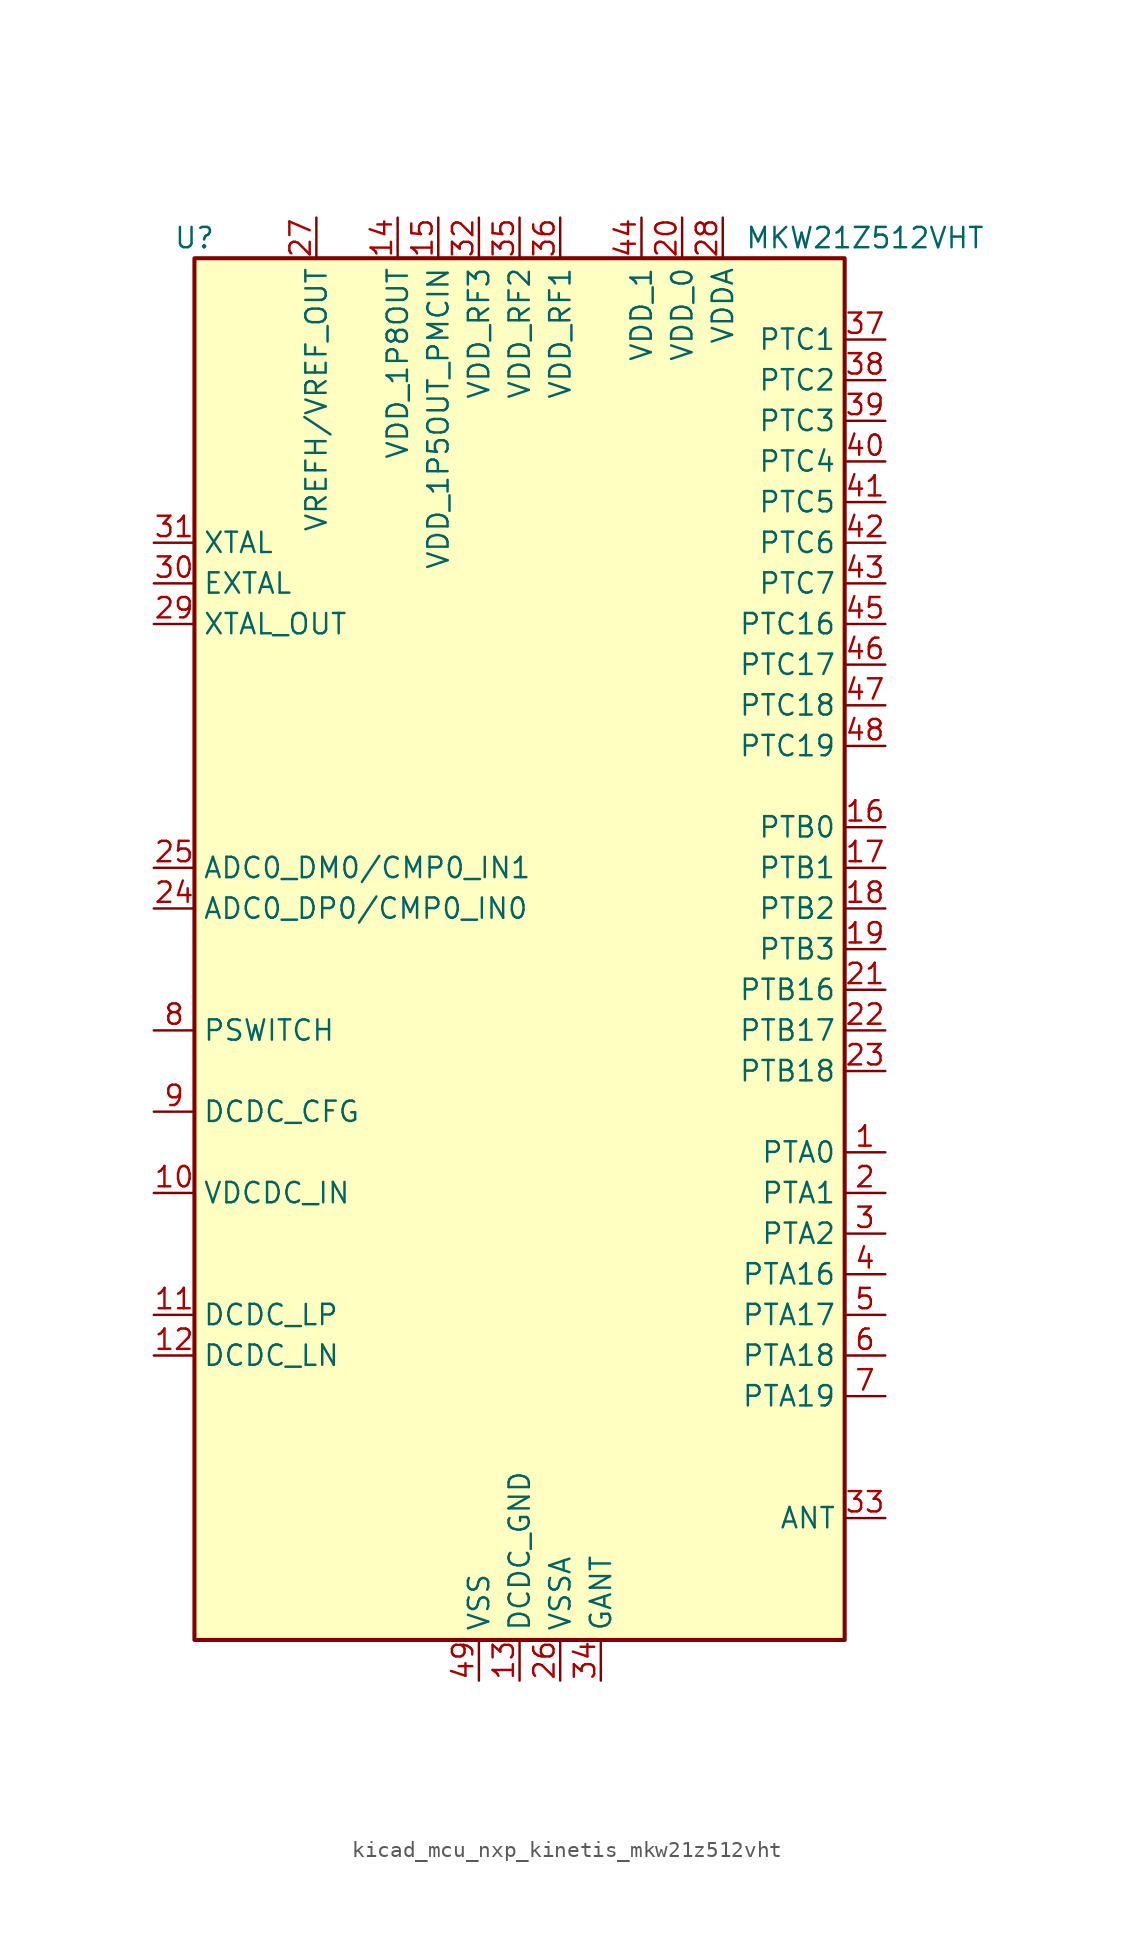
<source format=kicad_sym>
(kicad_symbol_lib
  (version 20220914)
  (generator kicad_symbol_editor)
  (symbol "kicad_mcu_nxp_kinetis_mkw21z512vht"
    (property "Reference" "U"
      (at -20.32 44.45 0)
      (effects (font (size 1.27 1.27))))
    (property "Value" "MKW21Z512VHT"
      (at 21.59 44.45 0)
      (effects (font (size 1.27 1.27))))
    (symbol "kicad_mcu_nxp_kinetis_mkw21z512vht_0_0"
      (pin bidirectional line (at 22.86 -12.7 180) (length 2.54) (name "PTA0" (effects (font (size 1.27 1.27)))) (number "1" (effects (font (size 1.27 1.27)))))
      (pin power_in line (at -22.86 -15.24 0) (length 2.54) (name "VDCDC_IN" (effects (font (size 1.27 1.27)))) (number "10" (effects (font (size 1.27 1.27)))))
      (pin passive line (at -22.86 -22.86 0) (length 2.54) (name "DCDC_LP" (effects (font (size 1.27 1.27)))) (number "11" (effects (font (size 1.27 1.27)))))
      (pin passive line (at -22.86 -25.4 0) (length 2.54) (name "DCDC_LN" (effects (font (size 1.27 1.27)))) (number "12" (effects (font (size 1.27 1.27)))))
      (pin power_in line (at 0 -45.72 90) (length 2.54) (name "DCDC_GND" (effects (font (size 1.27 1.27)))) (number "13" (effects (font (size 1.27 1.27)))))
      (pin power_out line (at -7.62 45.72 270) (length 2.54) (name "VDD_1P8OUT" (effects (font (size 1.27 1.27)))) (number "14" (effects (font (size 1.27 1.27)))))
      (pin power_out line (at -5.08 45.72 270) (length 2.54) (name "VDD_1P5OUT_PMCIN" (effects (font (size 1.27 1.27)))) (number "15" (effects (font (size 1.27 1.27)))))
      (pin bidirectional line (at 22.86 7.62 180) (length 2.54) (name "PTB0" (effects (font (size 1.27 1.27)))) (number "16" (effects (font (size 1.27 1.27)))))
      (pin bidirectional line (at 22.86 5.08 180) (length 2.54) (name "PTB1" (effects (font (size 1.27 1.27)))) (number "17" (effects (font (size 1.27 1.27)))))
      (pin bidirectional line (at 22.86 2.54 180) (length 2.54) (name "PTB2" (effects (font (size 1.27 1.27)))) (number "18" (effects (font (size 1.27 1.27)))))
      (pin bidirectional line (at 22.86 0 180) (length 2.54) (name "PTB3" (effects (font (size 1.27 1.27)))) (number "19" (effects (font (size 1.27 1.27)))))
      (pin bidirectional line (at 22.86 -15.24 180) (length 2.54) (name "PTA1" (effects (font (size 1.27 1.27)))) (number "2" (effects (font (size 1.27 1.27)))))
      (pin power_in line (at 10.16 45.72 270) (length 2.54) (name "VDD_0" (effects (font (size 1.27 1.27)))) (number "20" (effects (font (size 1.27 1.27)))))
      (pin bidirectional line (at 22.86 -2.54 180) (length 2.54) (name "PTB16" (effects (font (size 1.27 1.27)))) (number "21" (effects (font (size 1.27 1.27)))))
      (pin bidirectional line (at 22.86 -5.08 180) (length 2.54) (name "PTB17" (effects (font (size 1.27 1.27)))) (number "22" (effects (font (size 1.27 1.27)))))
      (pin bidirectional line (at 22.86 -7.62 180) (length 2.54) (name "PTB18" (effects (font (size 1.27 1.27)))) (number "23" (effects (font (size 1.27 1.27)))))
      (pin input line (at -22.86 2.54 0) (length 2.54) (name "ADC0_DP0/CMP0_IN0" (effects (font (size 1.27 1.27)))) (number "24" (effects (font (size 1.27 1.27)))))
      (pin input line (at -22.86 5.08 0) (length 2.54) (name "ADC0_DM0/CMP0_IN1" (effects (font (size 1.27 1.27)))) (number "25" (effects (font (size 1.27 1.27)))))
      (pin power_in line (at 2.54 -45.72 90) (length 2.54) (name "VSSA" (effects (font (size 1.27 1.27)))) (number "26" (effects (font (size 1.27 1.27)))))
      (pin bidirectional line (at -12.7 45.72 270) (length 2.54) (name "VREFH/VREF_OUT" (effects (font (size 1.27 1.27)))) (number "27" (effects (font (size 1.27 1.27)))))
      (pin power_in line (at 12.7 45.72 270) (length 2.54) (name "VDDA" (effects (font (size 1.27 1.27)))) (number "28" (effects (font (size 1.27 1.27)))))
      (pin output line (at -22.86 20.32 0) (length 2.54) (name "XTAL_OUT" (effects (font (size 1.27 1.27)))) (number "29" (effects (font (size 1.27 1.27)))))
      (pin bidirectional line (at 22.86 -17.78 180) (length 2.54) (name "PTA2" (effects (font (size 1.27 1.27)))) (number "3" (effects (font (size 1.27 1.27)))))
      (pin input line (at -22.86 22.86 0) (length 2.54) (name "EXTAL" (effects (font (size 1.27 1.27)))) (number "30" (effects (font (size 1.27 1.27)))))
      (pin input line (at -22.86 25.4 0) (length 2.54) (name "XTAL" (effects (font (size 1.27 1.27)))) (number "31" (effects (font (size 1.27 1.27)))))
      (pin power_in line (at -2.54 45.72 270) (length 2.54) (name "VDD_RF3" (effects (font (size 1.27 1.27)))) (number "32" (effects (font (size 1.27 1.27)))))
      (pin passive line (at 22.86 -35.56 180) (length 2.54) (name "ANT" (effects (font (size 1.27 1.27)))) (number "33" (effects (font (size 1.27 1.27)))))
      (pin power_in line (at 5.08 -45.72 90) (length 2.54) (name "GANT" (effects (font (size 1.27 1.27)))) (number "34" (effects (font (size 1.27 1.27)))))
      (pin power_in line (at 0 45.72 270) (length 2.54) (name "VDD_RF2" (effects (font (size 1.27 1.27)))) (number "35" (effects (font (size 1.27 1.27)))))
      (pin power_in line (at 2.54 45.72 270) (length 2.54) (name "VDD_RF1" (effects (font (size 1.27 1.27)))) (number "36" (effects (font (size 1.27 1.27)))))
      (pin bidirectional line (at 22.86 38.1 180) (length 2.54) (name "PTC1" (effects (font (size 1.27 1.27)))) (number "37" (effects (font (size 1.27 1.27)))))
      (pin bidirectional line (at 22.86 35.56 180) (length 2.54) (name "PTC2" (effects (font (size 1.27 1.27)))) (number "38" (effects (font (size 1.27 1.27)))))
      (pin bidirectional line (at 22.86 33.02 180) (length 2.54) (name "PTC3" (effects (font (size 1.27 1.27)))) (number "39" (effects (font (size 1.27 1.27)))))
      (pin bidirectional line (at 22.86 -20.32 180) (length 2.54) (name "PTA16" (effects (font (size 1.27 1.27)))) (number "4" (effects (font (size 1.27 1.27)))))
      (pin bidirectional line (at 22.86 30.48 180) (length 2.54) (name "PTC4" (effects (font (size 1.27 1.27)))) (number "40" (effects (font (size 1.27 1.27)))))
      (pin bidirectional line (at 22.86 27.94 180) (length 2.54) (name "PTC5" (effects (font (size 1.27 1.27)))) (number "41" (effects (font (size 1.27 1.27)))))
      (pin bidirectional line (at 22.86 25.4 180) (length 2.54) (name "PTC6" (effects (font (size 1.27 1.27)))) (number "42" (effects (font (size 1.27 1.27)))))
      (pin bidirectional line (at 22.86 22.86 180) (length 2.54) (name "PTC7" (effects (font (size 1.27 1.27)))) (number "43" (effects (font (size 1.27 1.27)))))
      (pin power_in line (at 7.62 45.72 270) (length 2.54) (name "VDD_1" (effects (font (size 1.27 1.27)))) (number "44" (effects (font (size 1.27 1.27)))))
      (pin bidirectional line (at 22.86 20.32 180) (length 2.54) (name "PTC16" (effects (font (size 1.27 1.27)))) (number "45" (effects (font (size 1.27 1.27)))))
      (pin bidirectional line (at 22.86 17.78 180) (length 2.54) (name "PTC17" (effects (font (size 1.27 1.27)))) (number "46" (effects (font (size 1.27 1.27)))))
      (pin bidirectional line (at 22.86 15.24 180) (length 2.54) (name "PTC18" (effects (font (size 1.27 1.27)))) (number "47" (effects (font (size 1.27 1.27)))))
      (pin bidirectional line (at 22.86 12.7 180) (length 2.54) (name "PTC19" (effects (font (size 1.27 1.27)))) (number "48" (effects (font (size 1.27 1.27)))))
      (pin power_in line (at -2.54 -45.72 90) (length 2.54) (name "VSS" (effects (font (size 1.27 1.27)))) (number "49" (effects (font (size 1.27 1.27)))))
      (pin bidirectional line (at 22.86 -22.86 180) (length 2.54) (name "PTA17" (effects (font (size 1.27 1.27)))) (number "5" (effects (font (size 1.27 1.27)))))
      (pin bidirectional line (at 22.86 -25.4 180) (length 2.54) (name "PTA18" (effects (font (size 1.27 1.27)))) (number "6" (effects (font (size 1.27 1.27)))))
      (pin bidirectional line (at 22.86 -27.94 180) (length 2.54) (name "PTA19" (effects (font (size 1.27 1.27)))) (number "7" (effects (font (size 1.27 1.27)))))
      (pin input line (at -22.86 -5.08 0) (length 2.54) (name "PSWITCH" (effects (font (size 1.27 1.27)))) (number "8" (effects (font (size 1.27 1.27)))))
      (pin input line (at -22.86 -10.16 0) (length 2.54) (name "DCDC_CFG" (effects (font (size 1.27 1.27)))) (number "9" (effects (font (size 1.27 1.27))))))
    (symbol "kicad_mcu_nxp_kinetis_mkw21z512vht_0_1"
      (rectangle (start -20.32 -43.18) (end 20.32 43.18) (stroke (width 0.254) (type default)) (fill (type background))))))
</source>
